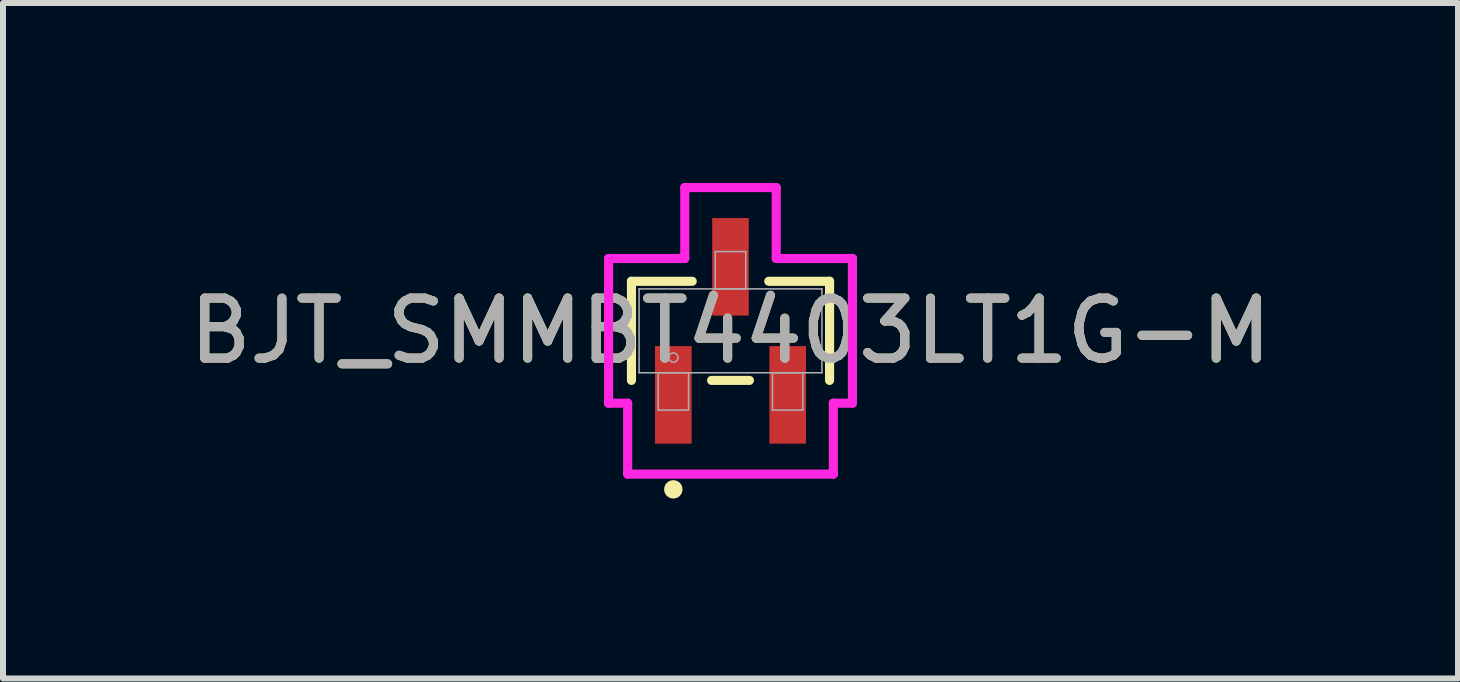
<source format=kicad_pcb>
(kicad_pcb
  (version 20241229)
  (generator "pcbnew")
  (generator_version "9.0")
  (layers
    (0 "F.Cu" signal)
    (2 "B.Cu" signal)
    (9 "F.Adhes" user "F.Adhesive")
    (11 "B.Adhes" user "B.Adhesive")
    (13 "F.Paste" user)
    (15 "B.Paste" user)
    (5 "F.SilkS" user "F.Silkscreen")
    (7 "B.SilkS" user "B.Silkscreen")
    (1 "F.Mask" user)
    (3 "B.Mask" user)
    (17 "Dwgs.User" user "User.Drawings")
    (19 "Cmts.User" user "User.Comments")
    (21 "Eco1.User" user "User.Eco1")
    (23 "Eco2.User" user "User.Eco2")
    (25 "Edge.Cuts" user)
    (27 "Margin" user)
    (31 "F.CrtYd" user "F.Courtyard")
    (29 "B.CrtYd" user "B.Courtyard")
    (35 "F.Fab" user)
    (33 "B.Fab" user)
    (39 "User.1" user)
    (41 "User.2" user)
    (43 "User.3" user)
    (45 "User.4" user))
  (footprint "BJT_SMMBT4403LT1G-M"
    (layer "F.Cu")
    (at 9.125 2.464)
    (property "Reference" "BJT_SMMBT4403LT1G-M" (at 0 0 0) (unlocked yes) (layer "F.SilkS") (effects (font (size 1 1) (thickness 0.15))))
    (attr smd)
    (fp_line (start -1.651 -0.826) (end -1.651 0.826) (stroke (width 0.152) (type solid)) (layer "F.SilkS"))
    (fp_line (start -0.638 -0.826) (end -1.651 -0.826) (stroke (width 0.152) (type solid)) (layer "F.SilkS"))
    (fp_line (start -0.315 0.826) (end 0.315 0.826) (stroke (width 0.152) (type solid)) (layer "F.SilkS"))
    (fp_line (start 1.651 -0.826) (end 0.638 -0.826) (stroke (width 0.152) (type solid)) (layer "F.SilkS"))
    (fp_line (start 1.651 0.826) (end 1.651 -0.826) (stroke (width 0.152) (type solid)) (layer "F.SilkS"))
    (fp_circle (center -0.953 2.642) (end -0.876 2.642) (stroke (width 0.152) (type solid)) (fill no) (layer "F.SilkS"))
    (fp_line (start -2.032 -1.206) (end -0.762 -1.206) (stroke (width 0.152) (type solid)) (layer "F.CrtYd"))
    (fp_line (start -2.032 1.206) (end -2.032 -1.206) (stroke (width 0.152) (type solid)) (layer "F.CrtYd"))
    (fp_line (start -2.032 1.206) (end -1.714 1.206) (stroke (width 0.152) (type solid)) (layer "F.CrtYd"))
    (fp_line (start -1.714 1.206) (end -1.714 2.388) (stroke (width 0.152) (type solid)) (layer "F.CrtYd"))
    (fp_line (start -1.714 2.388) (end 1.714 2.388) (stroke (width 0.152) (type solid)) (layer "F.CrtYd"))
    (fp_line (start -0.762 -2.388) (end 0.762 -2.388) (stroke (width 0.152) (type solid)) (layer "F.CrtYd"))
    (fp_line (start -0.762 -1.206) (end -0.762 -2.388) (stroke (width 0.152) (type solid)) (layer "F.CrtYd"))
    (fp_line (start 0.762 -1.206) (end 0.762 -2.388) (stroke (width 0.152) (type solid)) (layer "F.CrtYd"))
    (fp_line (start 1.714 1.206) (end 1.714 2.388) (stroke (width 0.152) (type solid)) (layer "F.CrtYd"))
    (fp_line (start 2.032 -1.206) (end 0.762 -1.206) (stroke (width 0.152) (type solid)) (layer "F.CrtYd"))
    (fp_line (start 2.032 -1.206) (end 2.032 1.206) (stroke (width 0.152) (type solid)) (layer "F.CrtYd"))
    (fp_line (start 2.032 1.206) (end 1.714 1.206) (stroke (width 0.152) (type solid)) (layer "F.CrtYd"))
    (fp_line (start -1.524 -0.699) (end -1.524 0.699) (stroke (width 0.025) (type solid)) (layer "F.Fab"))
    (fp_line (start -1.524 0.699) (end 1.524 0.699) (stroke (width 0.025) (type solid)) (layer "F.Fab"))
    (fp_line (start -1.206 0.699) (end -1.206 1.321) (stroke (width 0.025) (type solid)) (layer "F.Fab"))
    (fp_line (start -1.206 1.321) (end -0.699 1.321) (stroke (width 0.025) (type solid)) (layer "F.Fab"))
    (fp_line (start -0.699 0.699) (end -1.206 0.699) (stroke (width 0.025) (type solid)) (layer "F.Fab"))
    (fp_line (start -0.699 1.321) (end -0.699 0.699) (stroke (width 0.025) (type solid)) (layer "F.Fab"))
    (fp_line (start -0.254 -1.321) (end -0.254 -0.699) (stroke (width 0.025) (type solid)) (layer "F.Fab"))
    (fp_line (start -0.254 -0.699) (end 0.254 -0.699) (stroke (width 0.025) (type solid)) (layer "F.Fab"))
    (fp_line (start 0.254 -1.321) (end -0.254 -1.321) (stroke (width 0.025) (type solid)) (layer "F.Fab"))
    (fp_line (start 0.254 -0.699) (end 0.254 -1.321) (stroke (width 0.025) (type solid)) (layer "F.Fab"))
    (fp_line (start 0.699 0.699) (end 0.699 1.321) (stroke (width 0.025) (type solid)) (layer "F.Fab"))
    (fp_line (start 0.699 1.321) (end 1.206 1.321) (stroke (width 0.025) (type solid)) (layer "F.Fab"))
    (fp_line (start 1.206 0.699) (end 0.699 0.699) (stroke (width 0.025) (type solid)) (layer "F.Fab"))
    (fp_line (start 1.206 1.321) (end 1.206 0.699) (stroke (width 0.025) (type solid)) (layer "F.Fab"))
    (fp_line (start 1.524 -0.699) (end -1.524 -0.699) (stroke (width 0.025) (type solid)) (layer "F.Fab"))
    (fp_line (start 1.524 0.699) (end 1.524 -0.699) (stroke (width 0.025) (type solid)) (layer "F.Fab"))
    (fp_circle (center -0.953 0.445) (end -0.876 0.445) (stroke (width 0.025) (type solid)) (fill no) (layer "F.Fab"))
    (fp_text user "${REFERENCE}" (at 0 0 0) (unlocked yes) (layer "F.Fab") (effects (font (size 1 1) (thickness 0.15))))
    (pad "1" smd rect (at -0.953 1.067) (size 0.61 1.626) (layers "F.Cu" "F.Mask" "F.Paste"))
    (pad "2" smd rect (at 0.953 1.067) (size 0.61 1.626) (layers "F.Cu" "F.Mask" "F.Paste"))
    (pad "3" smd rect (at 0 -1.067) (size 0.61 1.626) (layers "F.Cu" "F.Mask" "F.Paste")))
  (gr_rect
    (start -3 -3)
    (end 21.25 8.258)
    (stroke (width 0.1) (type default))
    (fill no)
    (layer "Edge.Cuts")))
</source>
